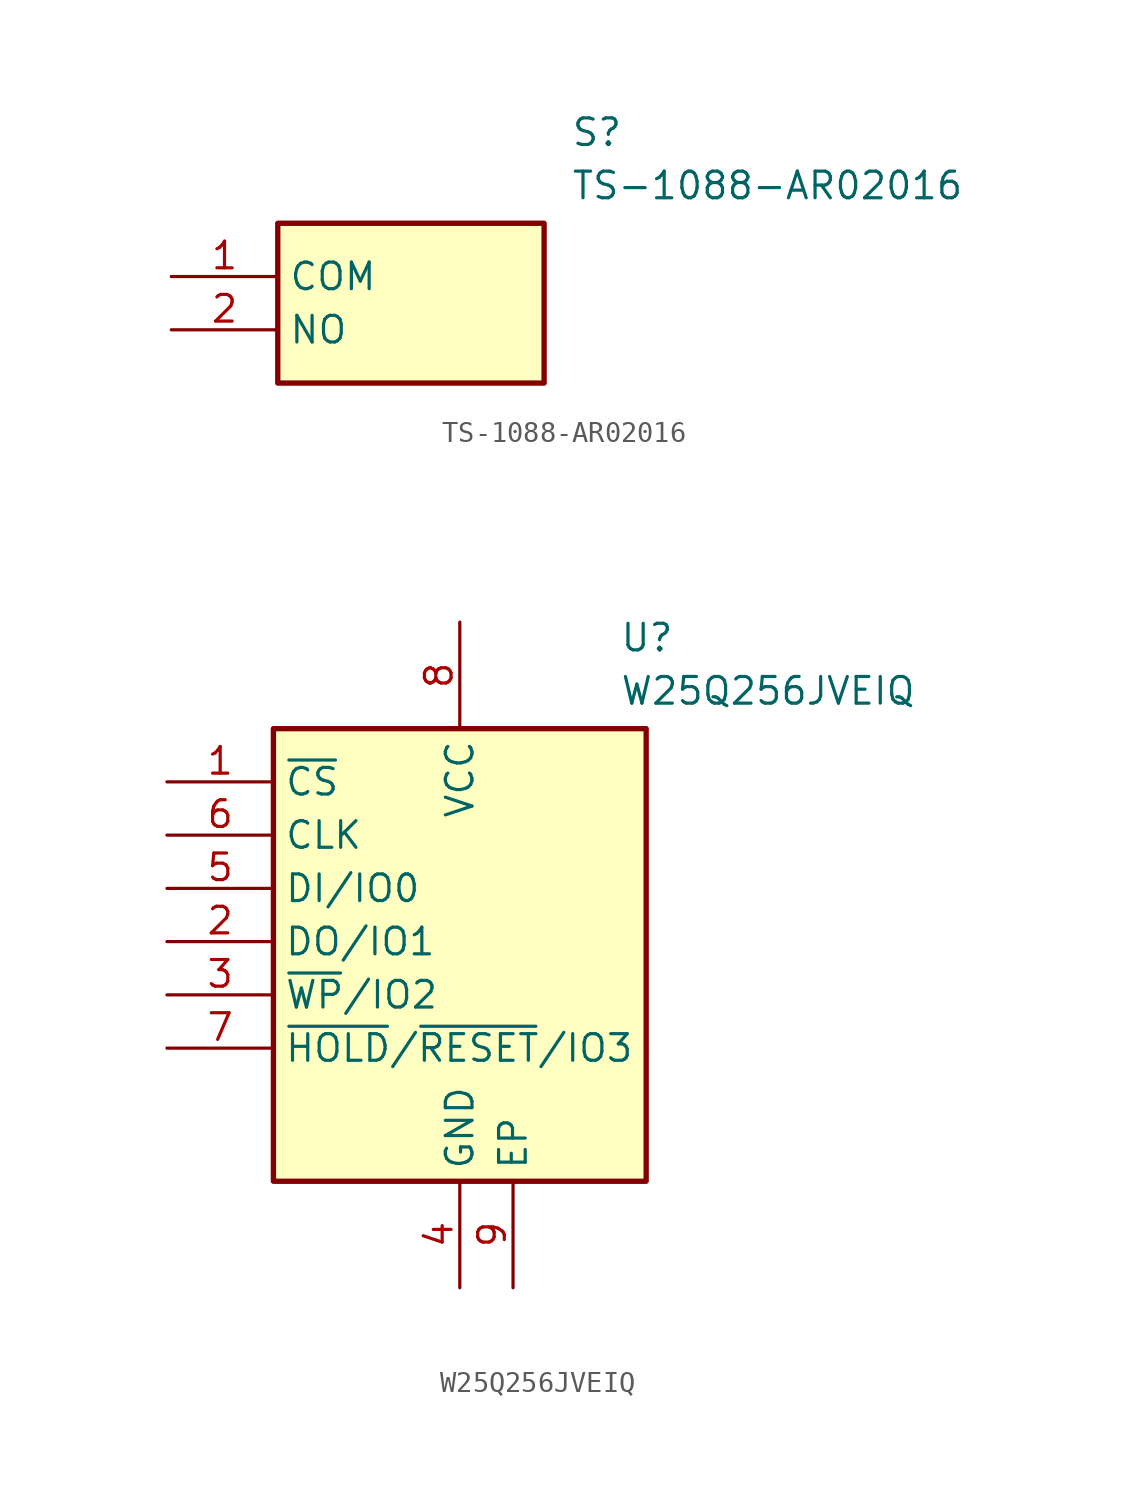
<source format=kicad_sym>
(kicad_symbol_lib
  (version 20241209)
  (generator "kicad_symbol_editor")
  (generator_version "9.0")
  (symbol "TS-1088-AR02016"
    (property "Reference" "S"
      (at 19.05 7.62 0)
      (effects (font (size 1.27 1.27)) (justify left top)))
    (property "Value" "TS-1088-AR02016"
      (at 19.05 5.08 0)
      (effects (font (size 1.27 1.27)) (justify left top)))
    (symbol "TS-1088-AR02016_1_1"
      (rectangle (start 5.08 2.54) (end 17.78 -5.08) (stroke (width 0.254) (type default)) (fill (type background)))
      (pin passive line (at 0 0 0) (length 5.08) (name "COM" (effects (font (size 1.27 1.27)))) (number "1" (effects (font (size 1.27 1.27)))))
      (pin passive line (at 0 -2.54 0) (length 5.08) (name "NO" (effects (font (size 1.27 1.27)))) (number "2" (effects (font (size 1.27 1.27)))))))
  (symbol "W25Q256JVEIQ"
    (property "Reference" "U"
      (at 16.51 26.67 0)
      (effects (font (size 1.27 1.27)) (justify left top)))
    (property "Value" "W25Q256JVEIQ"
      (at 16.51 24.13 0)
      (effects (font (size 1.27 1.27)) (justify left top)))
    (symbol "W25Q256JVEIQ_1_1"
      (rectangle (start 0 21.59) (end 17.78 0) (stroke (width 0.254) (type default)) (fill (type background)))
      (pin passive line (at -5.08 19.05 0) (length 5.08) (name "~{CS}" (effects (font (size 1.27 1.27)))) (number "1" (effects (font (size 1.27 1.27)))))
      (pin passive line (at -5.08 16.51 0) (length 5.08) (name "CLK" (effects (font (size 1.27 1.27)))) (number "6" (effects (font (size 1.27 1.27)))))
      (pin passive line (at -5.08 13.97 0) (length 5.08) (name "DI/IO0" (effects (font (size 1.27 1.27)))) (number "5" (effects (font (size 1.27 1.27)))))
      (pin passive line (at -5.08 11.43 0) (length 5.08) (name "DO/IO1" (effects (font (size 1.27 1.27)))) (number "2" (effects (font (size 1.27 1.27)))))
      (pin passive line (at -5.08 8.89 0) (length 5.08) (name "~{WP}/IO2" (effects (font (size 1.27 1.27)))) (number "3" (effects (font (size 1.27 1.27)))))
      (pin passive line (at -5.08 6.35 0) (length 5.08) (name "~{HOLD}/~{RESET}/IO3" (effects (font (size 1.27 1.27)))) (number "7" (effects (font (size 1.27 1.27)))))
      (pin passive line (at 8.89 26.67 270) (length 5.08) (name "VCC" (effects (font (size 1.27 1.27)))) (number "8" (effects (font (size 1.27 1.27)))))
      (pin passive line (at 8.89 -5.08 90) (length 5.08) (name "GND" (effects (font (size 1.27 1.27)))) (number "4" (effects (font (size 1.27 1.27)))))
      (pin passive line (at 11.43 -5.08 90) (length 5.08) (name "EP" (effects (font (size 1.27 1.27)))) (number "9" (effects (font (size 1.27 1.27))))))))
</source>
